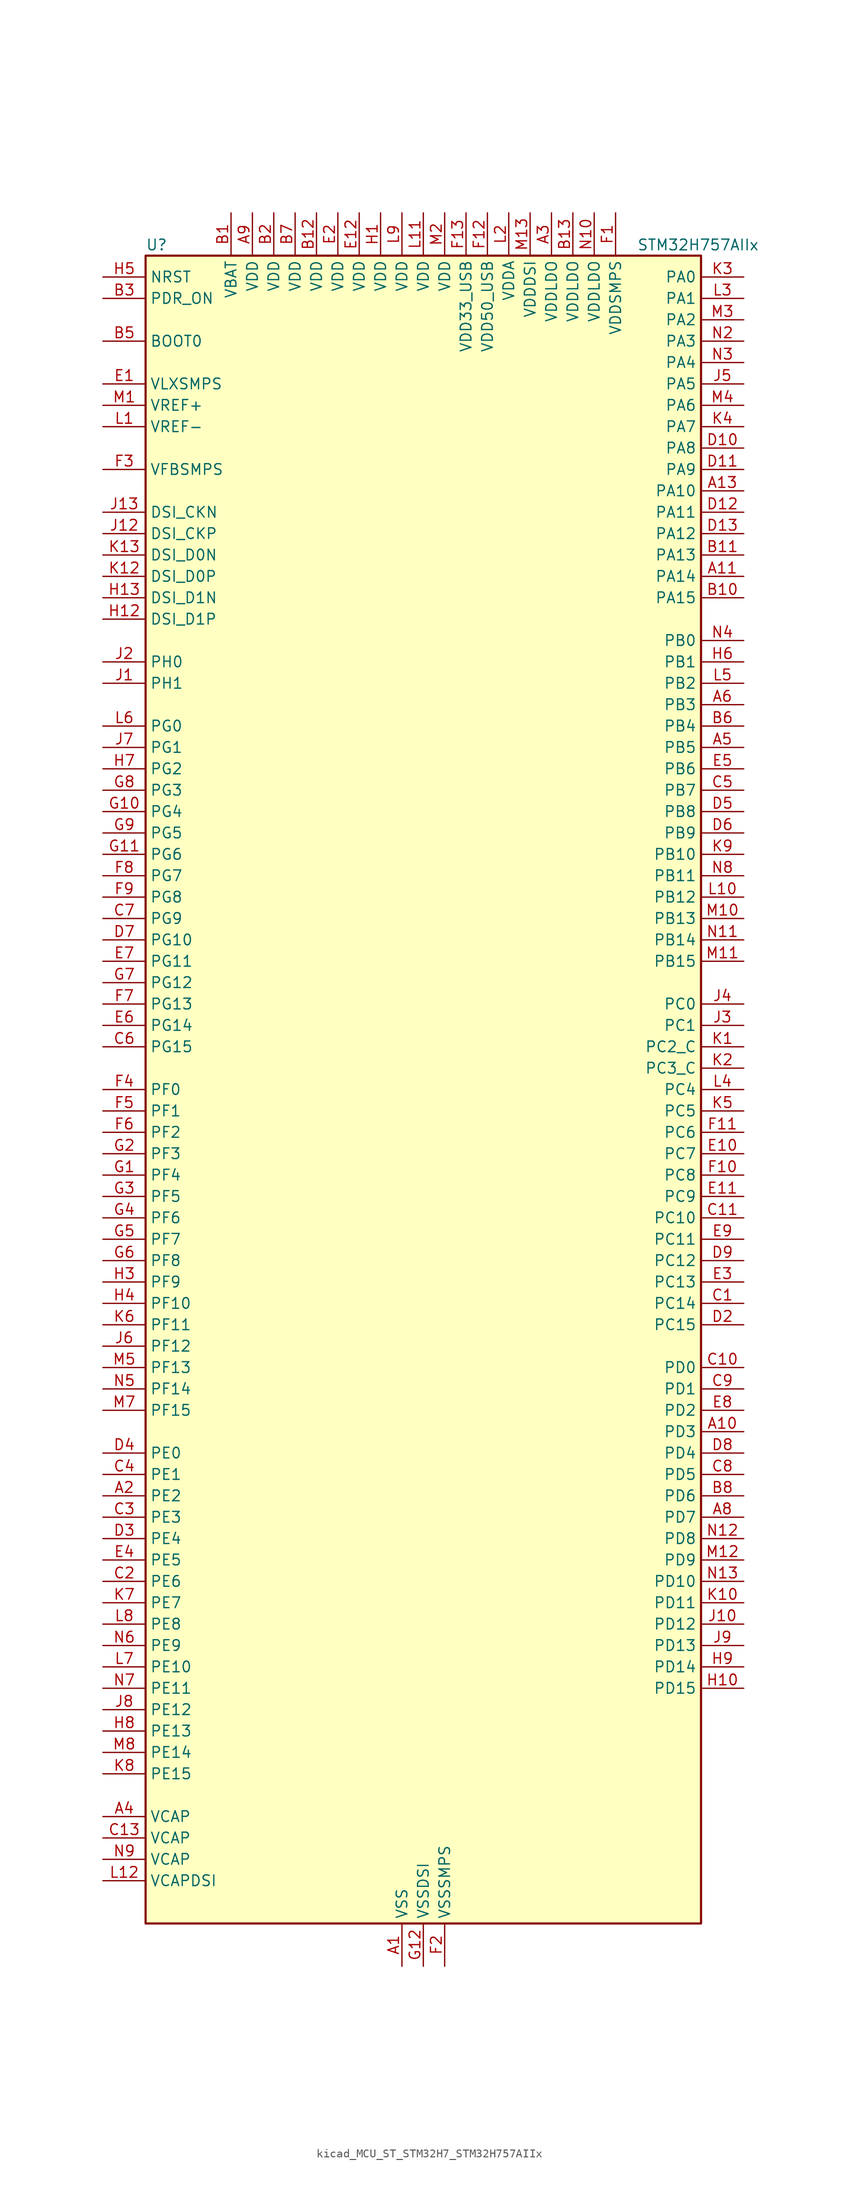
<source format=kicad_sym>
(kicad_symbol_lib
  (version 20220914)
  (generator kicad_symbol_editor)
  (symbol "kicad_MCU_ST_STM32H7_STM32H757AIIx"
    (property "Reference" "U"
      (at -33.02 100.33 0)
      (effects (font (size 1.27 1.27)) (justify left)))
    (property "Value" "STM32H757AIIx"
      (at 25.4 100.33 0)
      (effects (font (size 1.27 1.27)) (justify left)))
    (property "ki_locked" ""
      (at 0 0 0)
      (effects (font (size 1.27 1.27))))
    (symbol "kicad_MCU_ST_STM32H7_STM32H757AIIx_0_1"
      (rectangle (start -33.02 -99.06) (end 33.02 99.06) (stroke (width 0.254) (type default)) (fill (type background))))
    (symbol "kicad_MCU_ST_STM32H7_STM32H757AIIx_1_1"
      (pin power_in line (at -2.54 -104.14 90) (length 5.08) (name "VSS" (effects (font (size 1.27 1.27)))) (number "A1" (effects (font (size 1.27 1.27)))))
      (pin bidirectional line (at 38.1 -40.64 180) (length 5.08) (name "PD3" (effects (font (size 1.27 1.27)))) (number "A10" (effects (font (size 1.27 1.27)))) (alternate "DCMI_D5" bidirectional line) (alternate "DFSDM1_CKOUT" bidirectional line) (alternate "FMC_CLK" bidirectional line) (alternate "I2S2_CK" bidirectional line) (alternate "LTDC_G7" bidirectional line) (alternate "SPI2_SCK" bidirectional line) (alternate "USART2_CTS" bidirectional line) (alternate "USART2_NSS" bidirectional line))
      (pin bidirectional line (at 38.1 60.96 180) (length 5.08) (name "PA14" (effects (font (size 1.27 1.27)))) (number "A11" (effects (font (size 1.27 1.27)))) (alternate "DEBUG_JTCK-SWCLK" bidirectional line))
      (pin passive line (at -2.54 -104.14 90) (length 5.08) hide (name "VSS" (effects (font (size 1.27 1.27)))) (number "A12" (effects (font (size 1.27 1.27)))))
      (pin bidirectional line (at 38.1 71.12 180) (length 5.08) (name "PA10" (effects (font (size 1.27 1.27)))) (number "A13" (effects (font (size 1.27 1.27)))) (alternate "DCMI_D1" bidirectional line) (alternate "HRTIM_CHC2" bidirectional line) (alternate "LPUART1_RX" bidirectional line) (alternate "LTDC_B1" bidirectional line) (alternate "LTDC_B4" bidirectional line) (alternate "MDIOS_MDIO" bidirectional line) (alternate "TIM1_CH3" bidirectional line) (alternate "USART1_RX" bidirectional line) (alternate "USB_OTG_FS_ID" bidirectional line))
      (pin bidirectional line (at -38.1 -48.26 0) (length 5.08) (name "PE2" (effects (font (size 1.27 1.27)))) (number "A2" (effects (font (size 1.27 1.27)))) (alternate "DEBUG_TRACECLK" bidirectional line) (alternate "ETH_TXD3" bidirectional line) (alternate "FMC_A23" bidirectional line) (alternate "QUADSPI_BK1_IO2" bidirectional line) (alternate "SAI1_CK1" bidirectional line) (alternate "SAI1_MCLK_A" bidirectional line) (alternate "SAI4_CK1" bidirectional line) (alternate "SAI4_MCLK_A" bidirectional line) (alternate "SPI4_SCK" bidirectional line))
      (pin power_in line (at 15.24 104.14 270) (length 5.08) (name "VDDLDO" (effects (font (size 1.27 1.27)))) (number "A3" (effects (font (size 1.27 1.27)))))
      (pin power_out line (at -38.1 -86.36 0) (length 5.08) (name "VCAP" (effects (font (size 1.27 1.27)))) (number "A4" (effects (font (size 1.27 1.27)))))
      (pin bidirectional line (at 38.1 40.64 180) (length 5.08) (name "PB5" (effects (font (size 1.27 1.27)))) (number "A5" (effects (font (size 1.27 1.27)))) (alternate "DCMI_D10" bidirectional line) (alternate "ETH_PPS_OUT" bidirectional line) (alternate "FDCAN2_RX" bidirectional line) (alternate "FMC_SDCKE1" bidirectional line) (alternate "HRTIM_EEV7" bidirectional line) (alternate "I2C1_SMBA" bidirectional line) (alternate "I2C4_SMBA" bidirectional line) (alternate "I2S1_SDO" bidirectional line) (alternate "I2S3_SDO" bidirectional line) (alternate "SPI1_MOSI" bidirectional line) (alternate "SPI3_MOSI" bidirectional line) (alternate "SPI6_MOSI" bidirectional line) (alternate "TIM17_BKIN" bidirectional line) (alternate "TIM3_CH2" bidirectional line) (alternate "UART5_RX" bidirectional line) (alternate "USB_OTG_HS_ULPI_D7" bidirectional line))
      (pin bidirectional line (at 38.1 45.72 180) (length 5.08) (name "PB3" (effects (font (size 1.27 1.27)))) (number "A6" (effects (font (size 1.27 1.27)))) (alternate "CRS_SYNC" bidirectional line) (alternate "DEBUG_JTDO-SWO" bidirectional line) (alternate "HRTIM_FLT4" bidirectional line) (alternate "I2S1_CK" bidirectional line) (alternate "I2S3_CK" bidirectional line) (alternate "SDMMC2_D2" bidirectional line) (alternate "SPI1_SCK" bidirectional line) (alternate "SPI3_SCK" bidirectional line) (alternate "SPI6_SCK" bidirectional line) (alternate "TIM2_CH2" bidirectional line) (alternate "UART7_RX" bidirectional line))
      (pin passive line (at -2.54 -104.14 90) (length 5.08) hide (name "VSS" (effects (font (size 1.27 1.27)))) (number "A7" (effects (font (size 1.27 1.27)))))
      (pin bidirectional line (at 38.1 -50.8 180) (length 5.08) (name "PD7" (effects (font (size 1.27 1.27)))) (number "A8" (effects (font (size 1.27 1.27)))) (alternate "DFSDM1_CKIN1" bidirectional line) (alternate "DFSDM1_DATIN4" bidirectional line) (alternate "FMC_NE1" bidirectional line) (alternate "I2S1_SDO" bidirectional line) (alternate "SDMMC2_CMD" bidirectional line) (alternate "SPDIFRX1_IN0" bidirectional line) (alternate "SPI1_MOSI" bidirectional line) (alternate "USART2_CK" bidirectional line))
      (pin power_in line (at -20.32 104.14 270) (length 5.08) (name "VDD" (effects (font (size 1.27 1.27)))) (number "A9" (effects (font (size 1.27 1.27)))))
      (pin power_in line (at -22.86 104.14 270) (length 5.08) (name "VBAT" (effects (font (size 1.27 1.27)))) (number "B1" (effects (font (size 1.27 1.27)))))
      (pin bidirectional line (at 38.1 58.42 180) (length 5.08) (name "PA15" (effects (font (size 1.27 1.27)))) (number "B10" (effects (font (size 1.27 1.27)))) (alternate "ADC1_EXTI15" bidirectional line) (alternate "ADC2_EXTI15" bidirectional line) (alternate "ADC3_EXTI15" bidirectional line) (alternate "CEC" bidirectional line) (alternate "DEBUG_JTDI" bidirectional line) (alternate "DSIHOST_TE" bidirectional line) (alternate "HRTIM_FLT1" bidirectional line) (alternate "I2S1_WS" bidirectional line) (alternate "I2S3_WS" bidirectional line) (alternate "SPI1_NSS" bidirectional line) (alternate "SPI3_NSS" bidirectional line) (alternate "SPI6_NSS" bidirectional line) (alternate "TIM2_CH1" bidirectional line) (alternate "TIM2_ETR" bidirectional line) (alternate "UART4_DE" bidirectional line) (alternate "UART4_RTS" bidirectional line) (alternate "UART7_TX" bidirectional line))
      (pin bidirectional line (at 38.1 63.5 180) (length 5.08) (name "PA13" (effects (font (size 1.27 1.27)))) (number "B11" (effects (font (size 1.27 1.27)))) (alternate "DEBUG_JTMS-SWDIO" bidirectional line))
      (pin power_in line (at -12.7 104.14 270) (length 5.08) (name "VDD" (effects (font (size 1.27 1.27)))) (number "B12" (effects (font (size 1.27 1.27)))))
      (pin power_in line (at 17.78 104.14 270) (length 5.08) (name "VDDLDO" (effects (font (size 1.27 1.27)))) (number "B13" (effects (font (size 1.27 1.27)))))
      (pin power_in line (at -17.78 104.14 270) (length 5.08) (name "VDD" (effects (font (size 1.27 1.27)))) (number "B2" (effects (font (size 1.27 1.27)))))
      (pin input line (at -38.1 93.98 0) (length 5.08) (name "PDR_ON" (effects (font (size 1.27 1.27)))) (number "B3" (effects (font (size 1.27 1.27)))))
      (pin passive line (at -2.54 -104.14 90) (length 5.08) hide (name "VSS" (effects (font (size 1.27 1.27)))) (number "B4" (effects (font (size 1.27 1.27)))))
      (pin input line (at -38.1 88.9 0) (length 5.08) (name "BOOT0" (effects (font (size 1.27 1.27)))) (number "B5" (effects (font (size 1.27 1.27)))))
      (pin bidirectional line (at 38.1 43.18 180) (length 5.08) (name "PB4" (effects (font (size 1.27 1.27)))) (number "B6" (effects (font (size 1.27 1.27)))) (alternate "DEBUG_JTRST" bidirectional line) (alternate "HRTIM_EEV6" bidirectional line) (alternate "I2S1_SDI" bidirectional line) (alternate "I2S2_WS" bidirectional line) (alternate "I2S3_SDI" bidirectional line) (alternate "SDMMC2_D3" bidirectional line) (alternate "SPI1_MISO" bidirectional line) (alternate "SPI2_NSS" bidirectional line) (alternate "SPI3_MISO" bidirectional line) (alternate "SPI6_MISO" bidirectional line) (alternate "TIM16_BKIN" bidirectional line) (alternate "TIM3_CH1" bidirectional line) (alternate "UART7_TX" bidirectional line))
      (pin power_in line (at -15.24 104.14 270) (length 5.08) (name "VDD" (effects (font (size 1.27 1.27)))) (number "B7" (effects (font (size 1.27 1.27)))))
      (pin bidirectional line (at 38.1 -48.26 180) (length 5.08) (name "PD6" (effects (font (size 1.27 1.27)))) (number "B8" (effects (font (size 1.27 1.27)))) (alternate "DCMI_D10" bidirectional line) (alternate "DFSDM1_CKIN4" bidirectional line) (alternate "DFSDM1_DATIN1" bidirectional line) (alternate "FMC_NWAIT" bidirectional line) (alternate "I2S3_SDO" bidirectional line) (alternate "LTDC_B2" bidirectional line) (alternate "SAI1_D1" bidirectional line) (alternate "SAI1_SD_A" bidirectional line) (alternate "SAI4_D1" bidirectional line) (alternate "SAI4_SD_A" bidirectional line) (alternate "SDMMC2_CK" bidirectional line) (alternate "SPI3_MOSI" bidirectional line) (alternate "USART2_RX" bidirectional line))
      (pin passive line (at -2.54 -104.14 90) (length 5.08) hide (name "VSS" (effects (font (size 1.27 1.27)))) (number "B9" (effects (font (size 1.27 1.27)))))
      (pin bidirectional line (at 38.1 -25.4 180) (length 5.08) (name "PC14" (effects (font (size 1.27 1.27)))) (number "C1" (effects (font (size 1.27 1.27)))) (alternate "RCC_OSC32_IN" bidirectional line))
      (pin bidirectional line (at 38.1 -33.02 180) (length 5.08) (name "PD0" (effects (font (size 1.27 1.27)))) (number "C10" (effects (font (size 1.27 1.27)))) (alternate "DFSDM1_CKIN6" bidirectional line) (alternate "FDCAN1_RX" bidirectional line) (alternate "FMC_D2" bidirectional line) (alternate "FMC_DA2" bidirectional line) (alternate "SAI3_SCK_A" bidirectional line) (alternate "UART4_RX" bidirectional line))
      (pin bidirectional line (at 38.1 -15.24 180) (length 5.08) (name "PC10" (effects (font (size 1.27 1.27)))) (number "C11" (effects (font (size 1.27 1.27)))) (alternate "DCMI_D8" bidirectional line) (alternate "DFSDM1_CKIN5" bidirectional line) (alternate "HRTIM_EEV1" bidirectional line) (alternate "I2S3_CK" bidirectional line) (alternate "LTDC_R2" bidirectional line) (alternate "QUADSPI_BK1_IO1" bidirectional line) (alternate "SDMMC1_D2" bidirectional line) (alternate "SPI3_SCK" bidirectional line) (alternate "UART4_TX" bidirectional line) (alternate "USART3_TX" bidirectional line))
      (pin passive line (at -2.54 -104.14 90) (length 5.08) hide (name "VSS" (effects (font (size 1.27 1.27)))) (number "C12" (effects (font (size 1.27 1.27)))))
      (pin power_out line (at -38.1 -88.9 0) (length 5.08) (name "VCAP" (effects (font (size 1.27 1.27)))) (number "C13" (effects (font (size 1.27 1.27)))))
      (pin bidirectional line (at -38.1 -58.42 0) (length 5.08) (name "PE6" (effects (font (size 1.27 1.27)))) (number "C2" (effects (font (size 1.27 1.27)))) (alternate "DCMI_D7" bidirectional line) (alternate "DEBUG_TRACED3" bidirectional line) (alternate "FMC_A22" bidirectional line) (alternate "LTDC_G1" bidirectional line) (alternate "SAI1_D1" bidirectional line) (alternate "SAI1_SD_A" bidirectional line) (alternate "SAI2_MCLK_B" bidirectional line) (alternate "SAI4_D1" bidirectional line) (alternate "SAI4_SD_A" bidirectional line) (alternate "SPI4_MOSI" bidirectional line) (alternate "TIM15_CH2" bidirectional line) (alternate "TIM1_BKIN2" bidirectional line) (alternate "TIM1_BKIN2_COMP1" bidirectional line) (alternate "TIM1_BKIN2_COMP2" bidirectional line))
      (pin bidirectional line (at -38.1 -50.8 0) (length 5.08) (name "PE3" (effects (font (size 1.27 1.27)))) (number "C3" (effects (font (size 1.27 1.27)))) (alternate "DEBUG_TRACED0" bidirectional line) (alternate "FMC_A19" bidirectional line) (alternate "SAI1_SD_B" bidirectional line) (alternate "SAI4_SD_B" bidirectional line) (alternate "TIM15_BKIN" bidirectional line))
      (pin bidirectional line (at -38.1 -45.72 0) (length 5.08) (name "PE1" (effects (font (size 1.27 1.27)))) (number "C4" (effects (font (size 1.27 1.27)))) (alternate "DCMI_D3" bidirectional line) (alternate "FMC_NBL1" bidirectional line) (alternate "HRTIM_SCOUT" bidirectional line) (alternate "LPTIM1_IN2" bidirectional line) (alternate "UART8_TX" bidirectional line))
      (pin bidirectional line (at 38.1 35.56 180) (length 5.08) (name "PB7" (effects (font (size 1.27 1.27)))) (number "C5" (effects (font (size 1.27 1.27)))) (alternate "DCMI_VSYNC" bidirectional line) (alternate "DFSDM1_CKIN5" bidirectional line) (alternate "FMC_NL" bidirectional line) (alternate "HRTIM_EEV9" bidirectional line) (alternate "I2C1_SDA" bidirectional line) (alternate "I2C4_SDA" bidirectional line) (alternate "LPUART1_RX" bidirectional line) (alternate "PWR_PVD_IN" bidirectional line) (alternate "TIM17_CH1N" bidirectional line) (alternate "TIM4_CH2" bidirectional line) (alternate "USART1_RX" bidirectional line))
      (pin bidirectional line (at -38.1 5.08 0) (length 5.08) (name "PG15" (effects (font (size 1.27 1.27)))) (number "C6" (effects (font (size 1.27 1.27)))) (alternate "ADC1_EXTI15" bidirectional line) (alternate "ADC2_EXTI15" bidirectional line) (alternate "ADC3_EXTI15" bidirectional line) (alternate "DCMI_D13" bidirectional line) (alternate "FMC_SDNCAS" bidirectional line) (alternate "USART6_CTS" bidirectional line) (alternate "USART6_NSS" bidirectional line))
      (pin bidirectional line (at -38.1 20.32 0) (length 5.08) (name "PG9" (effects (font (size 1.27 1.27)))) (number "C7" (effects (font (size 1.27 1.27)))) (alternate "DAC1_EXTI9" bidirectional line) (alternate "DCMI_VSYNC" bidirectional line) (alternate "FMC_NCE" bidirectional line) (alternate "FMC_NE2" bidirectional line) (alternate "I2S1_SDI" bidirectional line) (alternate "QUADSPI_BK2_IO2" bidirectional line) (alternate "SAI2_FS_B" bidirectional line) (alternate "SPDIFRX1_IN3" bidirectional line) (alternate "SPI1_MISO" bidirectional line) (alternate "USART6_RX" bidirectional line))
      (pin bidirectional line (at 38.1 -45.72 180) (length 5.08) (name "PD5" (effects (font (size 1.27 1.27)))) (number "C8" (effects (font (size 1.27 1.27)))) (alternate "FMC_NWE" bidirectional line) (alternate "HRTIM_EEV3" bidirectional line) (alternate "USART2_TX" bidirectional line))
      (pin bidirectional line (at 38.1 -35.56 180) (length 5.08) (name "PD1" (effects (font (size 1.27 1.27)))) (number "C9" (effects (font (size 1.27 1.27)))) (alternate "DFSDM1_DATIN6" bidirectional line) (alternate "FDCAN1_TX" bidirectional line) (alternate "FMC_D3" bidirectional line) (alternate "FMC_DA3" bidirectional line) (alternate "SAI3_SD_A" bidirectional line) (alternate "UART4_TX" bidirectional line))
      (pin passive line (at -2.54 -104.14 90) (length 5.08) hide (name "VSS" (effects (font (size 1.27 1.27)))) (number "D1" (effects (font (size 1.27 1.27)))))
      (pin bidirectional line (at 38.1 76.2 180) (length 5.08) (name "PA8" (effects (font (size 1.27 1.27)))) (number "D10" (effects (font (size 1.27 1.27)))) (alternate "HRTIM_CHB2" bidirectional line) (alternate "I2C3_SCL" bidirectional line) (alternate "LTDC_B3" bidirectional line) (alternate "LTDC_R6" bidirectional line) (alternate "RCC_MCO_1" bidirectional line) (alternate "TIM1_CH1" bidirectional line) (alternate "TIM8_BKIN2" bidirectional line) (alternate "TIM8_BKIN2_COMP1" bidirectional line) (alternate "TIM8_BKIN2_COMP2" bidirectional line) (alternate "UART7_RX" bidirectional line) (alternate "USART1_CK" bidirectional line) (alternate "USB_OTG_FS_SOF" bidirectional line))
      (pin bidirectional line (at 38.1 73.66 180) (length 5.08) (name "PA9" (effects (font (size 1.27 1.27)))) (number "D11" (effects (font (size 1.27 1.27)))) (alternate "DAC1_EXTI9" bidirectional line) (alternate "DCMI_D0" bidirectional line) (alternate "HRTIM_CHC1" bidirectional line) (alternate "I2C3_SMBA" bidirectional line) (alternate "I2S2_CK" bidirectional line) (alternate "LPUART1_TX" bidirectional line) (alternate "LTDC_R5" bidirectional line) (alternate "SPI2_SCK" bidirectional line) (alternate "TIM1_CH2" bidirectional line) (alternate "USART1_TX" bidirectional line) (alternate "USB_OTG_FS_VBUS" bidirectional line))
      (pin bidirectional line (at 38.1 68.58 180) (length 5.08) (name "PA11" (effects (font (size 1.27 1.27)))) (number "D12" (effects (font (size 1.27 1.27)))) (alternate "ADC1_EXTI11" bidirectional line) (alternate "ADC2_EXTI11" bidirectional line) (alternate "ADC3_EXTI11" bidirectional line) (alternate "FDCAN1_RX" bidirectional line) (alternate "HRTIM_CHD1" bidirectional line) (alternate "I2S2_WS" bidirectional line) (alternate "LPUART1_CTS" bidirectional line) (alternate "LTDC_R4" bidirectional line) (alternate "SPI2_NSS" bidirectional line) (alternate "TIM1_CH4" bidirectional line) (alternate "UART4_RX" bidirectional line) (alternate "USART1_CTS" bidirectional line) (alternate "USART1_NSS" bidirectional line) (alternate "USB_OTG_FS_DM" bidirectional line))
      (pin bidirectional line (at 38.1 66.04 180) (length 5.08) (name "PA12" (effects (font (size 1.27 1.27)))) (number "D13" (effects (font (size 1.27 1.27)))) (alternate "FDCAN1_TX" bidirectional line) (alternate "HRTIM_CHD2" bidirectional line) (alternate "I2S2_CK" bidirectional line) (alternate "LPUART1_DE" bidirectional line) (alternate "LPUART1_RTS" bidirectional line) (alternate "LTDC_R5" bidirectional line) (alternate "SAI2_FS_B" bidirectional line) (alternate "SPI2_SCK" bidirectional line) (alternate "TIM1_ETR" bidirectional line) (alternate "UART4_TX" bidirectional line) (alternate "USART1_DE" bidirectional line) (alternate "USART1_RTS" bidirectional line) (alternate "USB_OTG_FS_DP" bidirectional line))
      (pin bidirectional line (at 38.1 -27.94 180) (length 5.08) (name "PC15" (effects (font (size 1.27 1.27)))) (number "D2" (effects (font (size 1.27 1.27)))) (alternate "ADC1_EXTI15" bidirectional line) (alternate "ADC2_EXTI15" bidirectional line) (alternate "ADC3_EXTI15" bidirectional line) (alternate "RCC_OSC32_OUT" bidirectional line))
      (pin bidirectional line (at -38.1 -53.34 0) (length 5.08) (name "PE4" (effects (font (size 1.27 1.27)))) (number "D3" (effects (font (size 1.27 1.27)))) (alternate "DCMI_D4" bidirectional line) (alternate "DEBUG_TRACED1" bidirectional line) (alternate "DFSDM1_DATIN3" bidirectional line) (alternate "FMC_A20" bidirectional line) (alternate "LTDC_B0" bidirectional line) (alternate "SAI1_D2" bidirectional line) (alternate "SAI1_FS_A" bidirectional line) (alternate "SAI4_D2" bidirectional line) (alternate "SAI4_FS_A" bidirectional line) (alternate "SPI4_NSS" bidirectional line) (alternate "TIM15_CH1N" bidirectional line))
      (pin bidirectional line (at -38.1 -43.18 0) (length 5.08) (name "PE0" (effects (font (size 1.27 1.27)))) (number "D4" (effects (font (size 1.27 1.27)))) (alternate "DCMI_D2" bidirectional line) (alternate "FMC_NBL0" bidirectional line) (alternate "HRTIM_SCIN" bidirectional line) (alternate "LPTIM1_ETR" bidirectional line) (alternate "LPTIM2_ETR" bidirectional line) (alternate "SAI2_MCLK_A" bidirectional line) (alternate "TIM4_ETR" bidirectional line) (alternate "UART8_RX" bidirectional line))
      (pin bidirectional line (at 38.1 33.02 180) (length 5.08) (name "PB8" (effects (font (size 1.27 1.27)))) (number "D5" (effects (font (size 1.27 1.27)))) (alternate "DCMI_D6" bidirectional line) (alternate "DFSDM1_CKIN7" bidirectional line) (alternate "ETH_TXD3" bidirectional line) (alternate "FDCAN1_RX" bidirectional line) (alternate "I2C1_SCL" bidirectional line) (alternate "I2C4_SCL" bidirectional line) (alternate "LTDC_B6" bidirectional line) (alternate "SDMMC1_CKIN" bidirectional line) (alternate "SDMMC1_D4" bidirectional line) (alternate "SDMMC2_D4" bidirectional line) (alternate "TIM16_CH1" bidirectional line) (alternate "TIM4_CH3" bidirectional line) (alternate "UART4_RX" bidirectional line))
      (pin bidirectional line (at 38.1 30.48 180) (length 5.08) (name "PB9" (effects (font (size 1.27 1.27)))) (number "D6" (effects (font (size 1.27 1.27)))) (alternate "DAC1_EXTI9" bidirectional line) (alternate "DCMI_D7" bidirectional line) (alternate "DFSDM1_DATIN7" bidirectional line) (alternate "FDCAN1_TX" bidirectional line) (alternate "I2C1_SDA" bidirectional line) (alternate "I2C4_SDA" bidirectional line) (alternate "I2C4_SMBA" bidirectional line) (alternate "I2S2_WS" bidirectional line) (alternate "LTDC_B7" bidirectional line) (alternate "SDMMC1_CDIR" bidirectional line) (alternate "SDMMC1_D5" bidirectional line) (alternate "SDMMC2_D5" bidirectional line) (alternate "SPI2_NSS" bidirectional line) (alternate "TIM17_CH1" bidirectional line) (alternate "TIM4_CH4" bidirectional line) (alternate "UART4_TX" bidirectional line))
      (pin bidirectional line (at -38.1 17.78 0) (length 5.08) (name "PG10" (effects (font (size 1.27 1.27)))) (number "D7" (effects (font (size 1.27 1.27)))) (alternate "DCMI_D2" bidirectional line) (alternate "FMC_NE3" bidirectional line) (alternate "HRTIM_FLT5" bidirectional line) (alternate "I2S1_WS" bidirectional line) (alternate "LTDC_B2" bidirectional line) (alternate "LTDC_G3" bidirectional line) (alternate "SAI2_SD_B" bidirectional line) (alternate "SPI1_NSS" bidirectional line))
      (pin bidirectional line (at 38.1 -43.18 180) (length 5.08) (name "PD4" (effects (font (size 1.27 1.27)))) (number "D8" (effects (font (size 1.27 1.27)))) (alternate "FMC_NOE" bidirectional line) (alternate "HRTIM_FLT3" bidirectional line) (alternate "SAI3_FS_A" bidirectional line) (alternate "USART2_DE" bidirectional line) (alternate "USART2_RTS" bidirectional line))
      (pin bidirectional line (at 38.1 -20.32 180) (length 5.08) (name "PC12" (effects (font (size 1.27 1.27)))) (number "D9" (effects (font (size 1.27 1.27)))) (alternate "DCMI_D9" bidirectional line) (alternate "DEBUG_TRACED3" bidirectional line) (alternate "HRTIM_EEV2" bidirectional line) (alternate "I2S3_SDO" bidirectional line) (alternate "SDMMC1_CK" bidirectional line) (alternate "SPI3_MOSI" bidirectional line) (alternate "UART5_TX" bidirectional line) (alternate "USART3_CK" bidirectional line))
      (pin power_in line (at -38.1 83.82 0) (length 5.08) (name "VLXSMPS" (effects (font (size 1.27 1.27)))) (number "E1" (effects (font (size 1.27 1.27)))))
      (pin bidirectional line (at 38.1 -7.62 180) (length 5.08) (name "PC7" (effects (font (size 1.27 1.27)))) (number "E10" (effects (font (size 1.27 1.27)))) (alternate "DCMI_D1" bidirectional line) (alternate "DEBUG_TRGIO" bidirectional line) (alternate "DFSDM1_DATIN3" bidirectional line) (alternate "FMC_NE1" bidirectional line) (alternate "HRTIM_CHA2" bidirectional line) (alternate "I2S3_MCK" bidirectional line) (alternate "LTDC_G6" bidirectional line) (alternate "SDMMC1_D123DIR" bidirectional line) (alternate "SDMMC1_D7" bidirectional line) (alternate "SDMMC2_D7" bidirectional line) (alternate "SWPMI1_TX" bidirectional line) (alternate "TIM3_CH2" bidirectional line) (alternate "TIM8_CH2" bidirectional line) (alternate "USART6_RX" bidirectional line))
      (pin bidirectional line (at 38.1 -12.7 180) (length 5.08) (name "PC9" (effects (font (size 1.27 1.27)))) (number "E11" (effects (font (size 1.27 1.27)))) (alternate "DAC1_EXTI9" bidirectional line) (alternate "DCMI_D3" bidirectional line) (alternate "I2C3_SDA" bidirectional line) (alternate "I2S_CKIN" bidirectional line) (alternate "LTDC_B2" bidirectional line) (alternate "LTDC_G3" bidirectional line) (alternate "QUADSPI_BK1_IO0" bidirectional line) (alternate "RCC_MCO_2" bidirectional line) (alternate "SDMMC1_D1" bidirectional line) (alternate "SWPMI1_SUSPEND" bidirectional line) (alternate "TIM3_CH4" bidirectional line) (alternate "TIM8_CH4" bidirectional line) (alternate "UART5_CTS" bidirectional line))
      (pin power_in line (at -7.62 104.14 270) (length 5.08) (name "VDD" (effects (font (size 1.27 1.27)))) (number "E12" (effects (font (size 1.27 1.27)))))
      (pin passive line (at -2.54 -104.14 90) (length 5.08) hide (name "VSS" (effects (font (size 1.27 1.27)))) (number "E13" (effects (font (size 1.27 1.27)))))
      (pin power_in line (at -10.16 104.14 270) (length 5.08) (name "VDD" (effects (font (size 1.27 1.27)))) (number "E2" (effects (font (size 1.27 1.27)))))
      (pin bidirectional line (at 38.1 -22.86 180) (length 5.08) (name "PC13" (effects (font (size 1.27 1.27)))) (number "E3" (effects (font (size 1.27 1.27)))) (alternate "PWR_WKUP2" bidirectional line) (alternate "RTC_OUT_ALARM" bidirectional line) (alternate "RTC_OUT_CALIB" bidirectional line) (alternate "RTC_TAMP1" bidirectional line) (alternate "RTC_TS" bidirectional line))
      (pin bidirectional line (at -38.1 -55.88 0) (length 5.08) (name "PE5" (effects (font (size 1.27 1.27)))) (number "E4" (effects (font (size 1.27 1.27)))) (alternate "DCMI_D6" bidirectional line) (alternate "DEBUG_TRACED2" bidirectional line) (alternate "DFSDM1_CKIN3" bidirectional line) (alternate "FMC_A21" bidirectional line) (alternate "LTDC_G0" bidirectional line) (alternate "SAI1_CK2" bidirectional line) (alternate "SAI1_SCK_A" bidirectional line) (alternate "SAI4_CK2" bidirectional line) (alternate "SAI4_SCK_A" bidirectional line) (alternate "SPI4_MISO" bidirectional line) (alternate "TIM15_CH1" bidirectional line))
      (pin bidirectional line (at 38.1 38.1 180) (length 5.08) (name "PB6" (effects (font (size 1.27 1.27)))) (number "E5" (effects (font (size 1.27 1.27)))) (alternate "CEC" bidirectional line) (alternate "DCMI_D5" bidirectional line) (alternate "DFSDM1_DATIN5" bidirectional line) (alternate "FDCAN2_TX" bidirectional line) (alternate "FMC_SDNE1" bidirectional line) (alternate "HRTIM_EEV8" bidirectional line) (alternate "I2C1_SCL" bidirectional line) (alternate "I2C4_SCL" bidirectional line) (alternate "LPUART1_TX" bidirectional line) (alternate "QUADSPI_BK1_NCS" bidirectional line) (alternate "TIM16_CH1N" bidirectional line) (alternate "TIM4_CH1" bidirectional line) (alternate "UART5_TX" bidirectional line) (alternate "USART1_TX" bidirectional line))
      (pin bidirectional line (at -38.1 7.62 0) (length 5.08) (name "PG14" (effects (font (size 1.27 1.27)))) (number "E6" (effects (font (size 1.27 1.27)))) (alternate "DEBUG_TRACED1" bidirectional line) (alternate "ETH_TXD1" bidirectional line) (alternate "FMC_A25" bidirectional line) (alternate "LPTIM1_ETR" bidirectional line) (alternate "LTDC_B0" bidirectional line) (alternate "QUADSPI_BK2_IO3" bidirectional line) (alternate "SPI6_MOSI" bidirectional line) (alternate "USART6_TX" bidirectional line))
      (pin bidirectional line (at -38.1 15.24 0) (length 5.08) (name "PG11" (effects (font (size 1.27 1.27)))) (number "E7" (effects (font (size 1.27 1.27)))) (alternate "ADC1_EXTI11" bidirectional line) (alternate "ADC2_EXTI11" bidirectional line) (alternate "ADC3_EXTI11" bidirectional line) (alternate "DCMI_D3" bidirectional line) (alternate "ETH_TX_EN" bidirectional line) (alternate "HRTIM_EEV4" bidirectional line) (alternate "I2S1_CK" bidirectional line) (alternate "LPTIM1_IN2" bidirectional line) (alternate "LTDC_B3" bidirectional line) (alternate "SDMMC2_D2" bidirectional line) (alternate "SPDIFRX1_IN0" bidirectional line) (alternate "SPI1_SCK" bidirectional line))
      (pin bidirectional line (at 38.1 -38.1 180) (length 5.08) (name "PD2" (effects (font (size 1.27 1.27)))) (number "E8" (effects (font (size 1.27 1.27)))) (alternate "DCMI_D11" bidirectional line) (alternate "DEBUG_TRACED2" bidirectional line) (alternate "SDMMC1_CMD" bidirectional line) (alternate "TIM3_ETR" bidirectional line) (alternate "UART5_RX" bidirectional line))
      (pin bidirectional line (at 38.1 -17.78 180) (length 5.08) (name "PC11" (effects (font (size 1.27 1.27)))) (number "E9" (effects (font (size 1.27 1.27)))) (alternate "ADC1_EXTI11" bidirectional line) (alternate "ADC2_EXTI11" bidirectional line) (alternate "ADC3_EXTI11" bidirectional line) (alternate "DCMI_D4" bidirectional line) (alternate "DFSDM1_DATIN5" bidirectional line) (alternate "HRTIM_FLT2" bidirectional line) (alternate "I2S3_SDI" bidirectional line) (alternate "QUADSPI_BK2_NCS" bidirectional line) (alternate "SDMMC1_D3" bidirectional line) (alternate "SPI3_MISO" bidirectional line) (alternate "UART4_RX" bidirectional line) (alternate "USART3_RX" bidirectional line))
      (pin power_in line (at 22.86 104.14 270) (length 5.08) (name "VDDSMPS" (effects (font (size 1.27 1.27)))) (number "F1" (effects (font (size 1.27 1.27)))))
      (pin bidirectional line (at 38.1 -10.16 180) (length 5.08) (name "PC8" (effects (font (size 1.27 1.27)))) (number "F10" (effects (font (size 1.27 1.27)))) (alternate "DCMI_D2" bidirectional line) (alternate "DEBUG_TRACED1" bidirectional line) (alternate "FMC_NCE" bidirectional line) (alternate "FMC_NE2" bidirectional line) (alternate "HRTIM_CHB1" bidirectional line) (alternate "SDMMC1_D0" bidirectional line) (alternate "SWPMI1_RX" bidirectional line) (alternate "TIM3_CH3" bidirectional line) (alternate "TIM8_CH3" bidirectional line) (alternate "UART5_DE" bidirectional line) (alternate "UART5_RTS" bidirectional line) (alternate "USART6_CK" bidirectional line))
      (pin bidirectional line (at 38.1 -5.08 180) (length 5.08) (name "PC6" (effects (font (size 1.27 1.27)))) (number "F11" (effects (font (size 1.27 1.27)))) (alternate "DCMI_D0" bidirectional line) (alternate "DFSDM1_CKIN3" bidirectional line) (alternate "FMC_NWAIT" bidirectional line) (alternate "HRTIM_CHA1" bidirectional line) (alternate "I2S2_MCK" bidirectional line) (alternate "LTDC_HSYNC" bidirectional line) (alternate "SDMMC1_D0DIR" bidirectional line) (alternate "SDMMC1_D6" bidirectional line) (alternate "SDMMC2_D6" bidirectional line) (alternate "SWPMI1_IO" bidirectional line) (alternate "TIM3_CH1" bidirectional line) (alternate "TIM8_CH1" bidirectional line) (alternate "USART6_TX" bidirectional line))
      (pin power_in line (at 7.62 104.14 270) (length 5.08) (name "VDD50_USB" (effects (font (size 1.27 1.27)))) (number "F12" (effects (font (size 1.27 1.27)))))
      (pin power_in line (at 5.08 104.14 270) (length 5.08) (name "VDD33_USB" (effects (font (size 1.27 1.27)))) (number "F13" (effects (font (size 1.27 1.27)))))
      (pin power_in line (at 2.54 -104.14 90) (length 5.08) (name "VSSSMPS" (effects (font (size 1.27 1.27)))) (number "F2" (effects (font (size 1.27 1.27)))))
      (pin input line (at -38.1 73.66 0) (length 5.08) (name "VFBSMPS" (effects (font (size 1.27 1.27)))) (number "F3" (effects (font (size 1.27 1.27)))))
      (pin bidirectional line (at -38.1 0 0) (length 5.08) (name "PF0" (effects (font (size 1.27 1.27)))) (number "F4" (effects (font (size 1.27 1.27)))) (alternate "FMC_A0" bidirectional line) (alternate "I2C2_SDA" bidirectional line))
      (pin bidirectional line (at -38.1 -2.54 0) (length 5.08) (name "PF1" (effects (font (size 1.27 1.27)))) (number "F5" (effects (font (size 1.27 1.27)))) (alternate "FMC_A1" bidirectional line) (alternate "I2C2_SCL" bidirectional line))
      (pin bidirectional line (at -38.1 -5.08 0) (length 5.08) (name "PF2" (effects (font (size 1.27 1.27)))) (number "F6" (effects (font (size 1.27 1.27)))) (alternate "FMC_A2" bidirectional line) (alternate "I2C2_SMBA" bidirectional line))
      (pin bidirectional line (at -38.1 10.16 0) (length 5.08) (name "PG13" (effects (font (size 1.27 1.27)))) (number "F7" (effects (font (size 1.27 1.27)))) (alternate "DEBUG_TRACED0" bidirectional line) (alternate "ETH_TXD0" bidirectional line) (alternate "FMC_A24" bidirectional line) (alternate "HRTIM_EEV10" bidirectional line) (alternate "LPTIM1_OUT" bidirectional line) (alternate "LTDC_R0" bidirectional line) (alternate "SPI6_SCK" bidirectional line) (alternate "USART6_CTS" bidirectional line) (alternate "USART6_NSS" bidirectional line))
      (pin bidirectional line (at -38.1 25.4 0) (length 5.08) (name "PG7" (effects (font (size 1.27 1.27)))) (number "F8" (effects (font (size 1.27 1.27)))) (alternate "DCMI_D13" bidirectional line) (alternate "FMC_INT" bidirectional line) (alternate "HRTIM_CHE2" bidirectional line) (alternate "LTDC_CLK" bidirectional line) (alternate "SAI1_MCLK_A" bidirectional line) (alternate "USART6_CK" bidirectional line))
      (pin bidirectional line (at -38.1 22.86 0) (length 5.08) (name "PG8" (effects (font (size 1.27 1.27)))) (number "F9" (effects (font (size 1.27 1.27)))) (alternate "ETH_PPS_OUT" bidirectional line) (alternate "FMC_SDCLK" bidirectional line) (alternate "LTDC_G7" bidirectional line) (alternate "SPDIFRX1_IN2" bidirectional line) (alternate "SPI6_NSS" bidirectional line) (alternate "TIM8_ETR" bidirectional line) (alternate "USART6_DE" bidirectional line) (alternate "USART6_RTS" bidirectional line))
      (pin bidirectional line (at -38.1 -10.16 0) (length 5.08) (name "PF4" (effects (font (size 1.27 1.27)))) (number "G1" (effects (font (size 1.27 1.27)))) (alternate "ADC3_INN5" bidirectional line) (alternate "ADC3_INP9" bidirectional line) (alternate "FMC_A4" bidirectional line))
      (pin bidirectional line (at -38.1 33.02 0) (length 5.08) (name "PG4" (effects (font (size 1.27 1.27)))) (number "G10" (effects (font (size 1.27 1.27)))) (alternate "FMC_A14" bidirectional line) (alternate "FMC_BA0" bidirectional line) (alternate "TIM1_BKIN2" bidirectional line) (alternate "TIM1_BKIN2_COMP1" bidirectional line) (alternate "TIM1_BKIN2_COMP2" bidirectional line))
      (pin bidirectional line (at -38.1 27.94 0) (length 5.08) (name "PG6" (effects (font (size 1.27 1.27)))) (number "G11" (effects (font (size 1.27 1.27)))) (alternate "DCMI_D12" bidirectional line) (alternate "FMC_NE3" bidirectional line) (alternate "HRTIM_CHE1" bidirectional line) (alternate "LTDC_R7" bidirectional line) (alternate "QUADSPI_BK1_NCS" bidirectional line) (alternate "TIM17_BKIN" bidirectional line))
      (pin power_in line (at 0 -104.14 90) (length 5.08) (name "VSSDSI" (effects (font (size 1.27 1.27)))) (number "G12" (effects (font (size 1.27 1.27)))))
      (pin passive line (at 0 -104.14 90) (length 5.08) hide (name "VSSDSI" (effects (font (size 1.27 1.27)))) (number "G13" (effects (font (size 1.27 1.27)))))
      (pin bidirectional line (at -38.1 -7.62 0) (length 5.08) (name "PF3" (effects (font (size 1.27 1.27)))) (number "G2" (effects (font (size 1.27 1.27)))) (alternate "ADC3_INP5" bidirectional line) (alternate "FMC_A3" bidirectional line))
      (pin bidirectional line (at -38.1 -12.7 0) (length 5.08) (name "PF5" (effects (font (size 1.27 1.27)))) (number "G3" (effects (font (size 1.27 1.27)))) (alternate "ADC3_INP4" bidirectional line) (alternate "FMC_A5" bidirectional line))
      (pin bidirectional line (at -38.1 -15.24 0) (length 5.08) (name "PF6" (effects (font (size 1.27 1.27)))) (number "G4" (effects (font (size 1.27 1.27)))) (alternate "ADC3_INN4" bidirectional line) (alternate "ADC3_INP8" bidirectional line) (alternate "QUADSPI_BK1_IO3" bidirectional line) (alternate "SAI1_SD_B" bidirectional line) (alternate "SAI4_SD_B" bidirectional line) (alternate "SPI5_NSS" bidirectional line) (alternate "TIM16_CH1" bidirectional line) (alternate "UART7_RX" bidirectional line))
      (pin bidirectional line (at -38.1 -17.78 0) (length 5.08) (name "PF7" (effects (font (size 1.27 1.27)))) (number "G5" (effects (font (size 1.27 1.27)))) (alternate "ADC3_INP3" bidirectional line) (alternate "QUADSPI_BK1_IO2" bidirectional line) (alternate "SAI1_MCLK_B" bidirectional line) (alternate "SAI4_MCLK_B" bidirectional line) (alternate "SPI5_SCK" bidirectional line) (alternate "TIM17_CH1" bidirectional line) (alternate "UART7_TX" bidirectional line))
      (pin bidirectional line (at -38.1 -20.32 0) (length 5.08) (name "PF8" (effects (font (size 1.27 1.27)))) (number "G6" (effects (font (size 1.27 1.27)))) (alternate "ADC3_INN3" bidirectional line) (alternate "ADC3_INP7" bidirectional line) (alternate "QUADSPI_BK1_IO0" bidirectional line) (alternate "SAI1_SCK_B" bidirectional line) (alternate "SAI4_SCK_B" bidirectional line) (alternate "SPI5_MISO" bidirectional line) (alternate "TIM13_CH1" bidirectional line) (alternate "TIM16_CH1N" bidirectional line) (alternate "UART7_DE" bidirectional line) (alternate "UART7_RTS" bidirectional line))
      (pin bidirectional line (at -38.1 12.7 0) (length 5.08) (name "PG12" (effects (font (size 1.27 1.27)))) (number "G7" (effects (font (size 1.27 1.27)))) (alternate "ETH_TXD1" bidirectional line) (alternate "FMC_NE4" bidirectional line) (alternate "HRTIM_EEV5" bidirectional line) (alternate "LPTIM1_IN1" bidirectional line) (alternate "LTDC_B1" bidirectional line) (alternate "LTDC_B4" bidirectional line) (alternate "SPDIFRX1_IN1" bidirectional line) (alternate "SPI6_MISO" bidirectional line) (alternate "USART6_DE" bidirectional line) (alternate "USART6_RTS" bidirectional line))
      (pin bidirectional line (at -38.1 35.56 0) (length 5.08) (name "PG3" (effects (font (size 1.27 1.27)))) (number "G8" (effects (font (size 1.27 1.27)))) (alternate "FMC_A13" bidirectional line) (alternate "TIM8_BKIN2" bidirectional line) (alternate "TIM8_BKIN2_COMP1" bidirectional line) (alternate "TIM8_BKIN2_COMP2" bidirectional line))
      (pin bidirectional line (at -38.1 30.48 0) (length 5.08) (name "PG5" (effects (font (size 1.27 1.27)))) (number "G9" (effects (font (size 1.27 1.27)))) (alternate "FMC_A15" bidirectional line) (alternate "FMC_BA1" bidirectional line) (alternate "TIM1_ETR" bidirectional line))
      (pin power_in line (at -5.08 104.14 270) (length 5.08) (name "VDD" (effects (font (size 1.27 1.27)))) (number "H1" (effects (font (size 1.27 1.27)))))
      (pin bidirectional line (at 38.1 -71.12 180) (length 5.08) (name "PD15" (effects (font (size 1.27 1.27)))) (number "H10" (effects (font (size 1.27 1.27)))) (alternate "ADC1_EXTI15" bidirectional line) (alternate "ADC2_EXTI15" bidirectional line) (alternate "ADC3_EXTI15" bidirectional line) (alternate "FMC_D1" bidirectional line) (alternate "FMC_DA1" bidirectional line) (alternate "SAI3_MCLK_A" bidirectional line) (alternate "TIM4_CH4" bidirectional line) (alternate "UART8_DE" bidirectional line) (alternate "UART8_RTS" bidirectional line))
      (pin passive line (at -2.54 -104.14 90) (length 5.08) hide (name "VSS" (effects (font (size 1.27 1.27)))) (number "H11" (effects (font (size 1.27 1.27)))))
      (pin bidirectional line (at -38.1 55.88 0) (length 5.08) (name "DSI_D1P" (effects (font (size 1.27 1.27)))) (number "H12" (effects (font (size 1.27 1.27)))) (alternate "DSIHOST_D1P" bidirectional line))
      (pin bidirectional line (at -38.1 58.42 0) (length 5.08) (name "DSI_D1N" (effects (font (size 1.27 1.27)))) (number "H13" (effects (font (size 1.27 1.27)))) (alternate "DSIHOST_D1N" bidirectional line))
      (pin passive line (at -2.54 -104.14 90) (length 5.08) hide (name "VSS" (effects (font (size 1.27 1.27)))) (number "H2" (effects (font (size 1.27 1.27)))))
      (pin bidirectional line (at -38.1 -22.86 0) (length 5.08) (name "PF9" (effects (font (size 1.27 1.27)))) (number "H3" (effects (font (size 1.27 1.27)))) (alternate "ADC3_INP2" bidirectional line) (alternate "DAC1_EXTI9" bidirectional line) (alternate "QUADSPI_BK1_IO1" bidirectional line) (alternate "SAI1_FS_B" bidirectional line) (alternate "SAI4_FS_B" bidirectional line) (alternate "SPI5_MOSI" bidirectional line) (alternate "TIM14_CH1" bidirectional line) (alternate "TIM17_CH1N" bidirectional line) (alternate "UART7_CTS" bidirectional line))
      (pin bidirectional line (at -38.1 -25.4 0) (length 5.08) (name "PF10" (effects (font (size 1.27 1.27)))) (number "H4" (effects (font (size 1.27 1.27)))) (alternate "ADC3_INN2" bidirectional line) (alternate "ADC3_INP6" bidirectional line) (alternate "DCMI_D11" bidirectional line) (alternate "LTDC_DE" bidirectional line) (alternate "QUADSPI_CLK" bidirectional line) (alternate "SAI1_D3" bidirectional line) (alternate "SAI4_D3" bidirectional line) (alternate "TIM16_BKIN" bidirectional line))
      (pin input line (at -38.1 96.52 0) (length 5.08) (name "NRST" (effects (font (size 1.27 1.27)))) (number "H5" (effects (font (size 1.27 1.27)))))
      (pin bidirectional line (at 38.1 50.8 180) (length 5.08) (name "PB1" (effects (font (size 1.27 1.27)))) (number "H6" (effects (font (size 1.27 1.27)))) (alternate "ADC1_INP5" bidirectional line) (alternate "ADC2_INP5" bidirectional line) (alternate "COMP1_INM" bidirectional line) (alternate "DFSDM1_DATIN1" bidirectional line) (alternate "ETH_RXD3" bidirectional line) (alternate "LTDC_G0" bidirectional line) (alternate "LTDC_R6" bidirectional line) (alternate "TIM1_CH3N" bidirectional line) (alternate "TIM3_CH4" bidirectional line) (alternate "TIM8_CH3N" bidirectional line) (alternate "USB_OTG_HS_ULPI_D2" bidirectional line))
      (pin bidirectional line (at -38.1 38.1 0) (length 5.08) (name "PG2" (effects (font (size 1.27 1.27)))) (number "H7" (effects (font (size 1.27 1.27)))) (alternate "FMC_A12" bidirectional line) (alternate "TIM8_BKIN" bidirectional line) (alternate "TIM8_BKIN_COMP1" bidirectional line) (alternate "TIM8_BKIN_COMP2" bidirectional line))
      (pin bidirectional line (at -38.1 -76.2 0) (length 5.08) (name "PE13" (effects (font (size 1.27 1.27)))) (number "H8" (effects (font (size 1.27 1.27)))) (alternate "COMP2_OUT" bidirectional line) (alternate "DFSDM1_CKIN5" bidirectional line) (alternate "FMC_D10" bidirectional line) (alternate "FMC_DA10" bidirectional line) (alternate "LTDC_DE" bidirectional line) (alternate "SAI2_FS_B" bidirectional line) (alternate "SPI4_MISO" bidirectional line) (alternate "TIM1_CH3" bidirectional line))
      (pin bidirectional line (at 38.1 -68.58 180) (length 5.08) (name "PD14" (effects (font (size 1.27 1.27)))) (number "H9" (effects (font (size 1.27 1.27)))) (alternate "FMC_D0" bidirectional line) (alternate "FMC_DA0" bidirectional line) (alternate "SAI3_MCLK_B" bidirectional line) (alternate "TIM4_CH3" bidirectional line) (alternate "UART8_CTS" bidirectional line))
      (pin bidirectional line (at -38.1 48.26 0) (length 5.08) (name "PH1" (effects (font (size 1.27 1.27)))) (number "J1" (effects (font (size 1.27 1.27)))) (alternate "RCC_OSC_OUT" bidirectional line))
      (pin bidirectional line (at 38.1 -63.5 180) (length 5.08) (name "PD12" (effects (font (size 1.27 1.27)))) (number "J10" (effects (font (size 1.27 1.27)))) (alternate "FMC_A17" bidirectional line) (alternate "FMC_ALE" bidirectional line) (alternate "I2C4_SCL" bidirectional line) (alternate "LPTIM1_IN1" bidirectional line) (alternate "LPTIM2_IN1" bidirectional line) (alternate "QUADSPI_BK1_IO1" bidirectional line) (alternate "SAI2_FS_A" bidirectional line) (alternate "TIM4_CH1" bidirectional line) (alternate "USART3_DE" bidirectional line) (alternate "USART3_RTS" bidirectional line))
      (pin passive line (at -2.54 -104.14 90) (length 5.08) hide (name "VSS" (effects (font (size 1.27 1.27)))) (number "J11" (effects (font (size 1.27 1.27)))))
      (pin bidirectional line (at -38.1 66.04 0) (length 5.08) (name "DSI_CKP" (effects (font (size 1.27 1.27)))) (number "J12" (effects (font (size 1.27 1.27)))) (alternate "DSIHOST_CKP" bidirectional line))
      (pin bidirectional line (at -38.1 68.58 0) (length 5.08) (name "DSI_CKN" (effects (font (size 1.27 1.27)))) (number "J13" (effects (font (size 1.27 1.27)))) (alternate "DSIHOST_CKN" bidirectional line))
      (pin bidirectional line (at -38.1 50.8 0) (length 5.08) (name "PH0" (effects (font (size 1.27 1.27)))) (number "J2" (effects (font (size 1.27 1.27)))) (alternate "RCC_OSC_IN" bidirectional line))
      (pin bidirectional line (at 38.1 7.62 180) (length 5.08) (name "PC1" (effects (font (size 1.27 1.27)))) (number "J3" (effects (font (size 1.27 1.27)))) (alternate "ADC1_INN10" bidirectional line) (alternate "ADC1_INP11" bidirectional line) (alternate "ADC2_INN10" bidirectional line) (alternate "ADC2_INP11" bidirectional line) (alternate "ADC3_INN10" bidirectional line) (alternate "ADC3_INP11" bidirectional line) (alternate "DEBUG_TRACED0" bidirectional line) (alternate "DFSDM1_CKIN4" bidirectional line) (alternate "DFSDM1_DATIN0" bidirectional line) (alternate "ETH_MDC" bidirectional line) (alternate "I2S2_SDO" bidirectional line) (alternate "MDIOS_MDC" bidirectional line) (alternate "PWR_WKUP5" bidirectional line) (alternate "RTC_TAMP3" bidirectional line) (alternate "SAI1_D1" bidirectional line) (alternate "SAI1_SD_A" bidirectional line) (alternate "SAI4_D1" bidirectional line) (alternate "SAI4_SD_A" bidirectional line) (alternate "SDMMC2_CK" bidirectional line) (alternate "SPI2_MOSI" bidirectional line))
      (pin bidirectional line (at 38.1 10.16 180) (length 5.08) (name "PC0" (effects (font (size 1.27 1.27)))) (number "J4" (effects (font (size 1.27 1.27)))) (alternate "ADC1_INP10" bidirectional line) (alternate "ADC2_INP10" bidirectional line) (alternate "ADC3_INP10" bidirectional line) (alternate "DFSDM1_CKIN0" bidirectional line) (alternate "DFSDM1_DATIN4" bidirectional line) (alternate "FMC_SDNWE" bidirectional line) (alternate "LTDC_R5" bidirectional line) (alternate "SAI2_FS_B" bidirectional line) (alternate "USB_OTG_HS_ULPI_STP" bidirectional line))
      (pin bidirectional line (at 38.1 83.82 180) (length 5.08) (name "PA5" (effects (font (size 1.27 1.27)))) (number "J5" (effects (font (size 1.27 1.27)))) (alternate "ADC1_INN18" bidirectional line) (alternate "ADC1_INP19" bidirectional line) (alternate "ADC2_INN18" bidirectional line) (alternate "ADC2_INP19" bidirectional line) (alternate "DAC1_OUT2" bidirectional line) (alternate "I2S1_CK" bidirectional line) (alternate "LTDC_R4" bidirectional line) (alternate "PWR_NDSTOP2" bidirectional line) (alternate "SPI1_SCK" bidirectional line) (alternate "SPI6_SCK" bidirectional line) (alternate "TIM2_CH1" bidirectional line) (alternate "TIM2_ETR" bidirectional line) (alternate "TIM8_CH1N" bidirectional line) (alternate "USB_OTG_HS_ULPI_CK" bidirectional line))
      (pin bidirectional line (at -38.1 -30.48 0) (length 5.08) (name "PF12" (effects (font (size 1.27 1.27)))) (number "J6" (effects (font (size 1.27 1.27)))) (alternate "ADC1_INN2" bidirectional line) (alternate "ADC1_INP6" bidirectional line) (alternate "FMC_A6" bidirectional line))
      (pin bidirectional line (at -38.1 40.64 0) (length 5.08) (name "PG1" (effects (font (size 1.27 1.27)))) (number "J7" (effects (font (size 1.27 1.27)))) (alternate "FMC_A11" bidirectional line) (alternate "OPAMP2_VINM" bidirectional line) (alternate "OPAMP2_VINM1" bidirectional line))
      (pin bidirectional line (at -38.1 -73.66 0) (length 5.08) (name "PE12" (effects (font (size 1.27 1.27)))) (number "J8" (effects (font (size 1.27 1.27)))) (alternate "COMP1_OUT" bidirectional line) (alternate "DFSDM1_DATIN5" bidirectional line) (alternate "FMC_D9" bidirectional line) (alternate "FMC_DA9" bidirectional line) (alternate "LTDC_B4" bidirectional line) (alternate "SAI2_SCK_B" bidirectional line) (alternate "SPI4_SCK" bidirectional line) (alternate "TIM1_CH3N" bidirectional line))
      (pin bidirectional line (at 38.1 -66.04 180) (length 5.08) (name "PD13" (effects (font (size 1.27 1.27)))) (number "J9" (effects (font (size 1.27 1.27)))) (alternate "FMC_A18" bidirectional line) (alternate "I2C4_SDA" bidirectional line) (alternate "LPTIM1_OUT" bidirectional line) (alternate "QUADSPI_BK1_IO3" bidirectional line) (alternate "SAI2_SCK_A" bidirectional line) (alternate "TIM4_CH2" bidirectional line))
      (pin bidirectional line (at 38.1 5.08 180) (length 5.08) (name "PC2_C" (effects (font (size 1.27 1.27)))) (number "K1" (effects (font (size 1.27 1.27)))) (alternate "ADC3_INN1" bidirectional line) (alternate "ADC3_INP0" bidirectional line) (alternate "DFSDM1_CKIN1" bidirectional line) (alternate "DFSDM1_CKOUT" bidirectional line) (alternate "ETH_TXD2" bidirectional line) (alternate "FMC_SDNE0" bidirectional line) (alternate "I2S2_SDI" bidirectional line) (alternate "PWR_CSTOP" bidirectional line) (alternate "SPI2_MISO" bidirectional line) (alternate "USB_OTG_HS_ULPI_DIR" bidirectional line))
      (pin bidirectional line (at 38.1 -60.96 180) (length 5.08) (name "PD11" (effects (font (size 1.27 1.27)))) (number "K10" (effects (font (size 1.27 1.27)))) (alternate "ADC1_EXTI11" bidirectional line) (alternate "ADC2_EXTI11" bidirectional line) (alternate "ADC3_EXTI11" bidirectional line) (alternate "FMC_A16" bidirectional line) (alternate "FMC_CLE" bidirectional line) (alternate "I2C4_SMBA" bidirectional line) (alternate "LPTIM2_IN2" bidirectional line) (alternate "QUADSPI_BK1_IO0" bidirectional line) (alternate "SAI2_SD_A" bidirectional line) (alternate "USART3_CTS" bidirectional line) (alternate "USART3_NSS" bidirectional line))
      (pin passive line (at -2.54 -104.14 90) (length 5.08) hide (name "VSS" (effects (font (size 1.27 1.27)))) (number "K11" (effects (font (size 1.27 1.27)))))
      (pin bidirectional line (at -38.1 60.96 0) (length 5.08) (name "DSI_D0P" (effects (font (size 1.27 1.27)))) (number "K12" (effects (font (size 1.27 1.27)))) (alternate "DSIHOST_D0P" bidirectional line))
      (pin bidirectional line (at -38.1 63.5 0) (length 5.08) (name "DSI_D0N" (effects (font (size 1.27 1.27)))) (number "K13" (effects (font (size 1.27 1.27)))) (alternate "DSIHOST_D0N" bidirectional line))
      (pin bidirectional line (at 38.1 2.54 180) (length 5.08) (name "PC3_C" (effects (font (size 1.27 1.27)))) (number "K2" (effects (font (size 1.27 1.27)))) (alternate "ADC3_INP1" bidirectional line) (alternate "DFSDM1_DATIN1" bidirectional line) (alternate "ETH_TX_CLK" bidirectional line) (alternate "FMC_SDCKE0" bidirectional line) (alternate "I2S2_SDO" bidirectional line) (alternate "PWR_CSLEEP" bidirectional line) (alternate "SPI2_MOSI" bidirectional line) (alternate "USB_OTG_HS_ULPI_NXT" bidirectional line))
      (pin bidirectional line (at 38.1 96.52 180) (length 5.08) (name "PA0" (effects (font (size 1.27 1.27)))) (number "K3" (effects (font (size 1.27 1.27)))) (alternate "ADC1_INP16" bidirectional line) (alternate "ETH_CRS" bidirectional line) (alternate "PWR_WKUP0" bidirectional line) (alternate "SAI2_SD_B" bidirectional line) (alternate "SDMMC2_CMD" bidirectional line) (alternate "TIM15_BKIN" bidirectional line) (alternate "TIM2_CH1" bidirectional line) (alternate "TIM2_ETR" bidirectional line) (alternate "TIM5_CH1" bidirectional line) (alternate "TIM8_ETR" bidirectional line) (alternate "UART4_TX" bidirectional line) (alternate "USART2_CTS" bidirectional line) (alternate "USART2_NSS" bidirectional line))
      (pin bidirectional line (at 38.1 78.74 180) (length 5.08) (name "PA7" (effects (font (size 1.27 1.27)))) (number "K4" (effects (font (size 1.27 1.27)))) (alternate "ADC1_INN3" bidirectional line) (alternate "ADC1_INP7" bidirectional line) (alternate "ADC2_INN3" bidirectional line) (alternate "ADC2_INP7" bidirectional line) (alternate "ETH_CRS_DV" bidirectional line) (alternate "ETH_RX_DV" bidirectional line) (alternate "FMC_SDNWE" bidirectional line) (alternate "I2S1_SDO" bidirectional line) (alternate "OPAMP1_VINM" bidirectional line) (alternate "OPAMP1_VINM1" bidirectional line) (alternate "SPI1_MOSI" bidirectional line) (alternate "SPI6_MOSI" bidirectional line) (alternate "TIM14_CH1" bidirectional line) (alternate "TIM1_CH1N" bidirectional line) (alternate "TIM3_CH2" bidirectional line) (alternate "TIM8_CH1N" bidirectional line))
      (pin bidirectional line (at 38.1 -2.54 180) (length 5.08) (name "PC5" (effects (font (size 1.27 1.27)))) (number "K5" (effects (font (size 1.27 1.27)))) (alternate "ADC1_INN4" bidirectional line) (alternate "ADC1_INP8" bidirectional line) (alternate "ADC2_INN4" bidirectional line) (alternate "ADC2_INP8" bidirectional line) (alternate "COMP1_OUT" bidirectional line) (alternate "DFSDM1_DATIN2" bidirectional line) (alternate "ETH_RXD1" bidirectional line) (alternate "FMC_SDCKE0" bidirectional line) (alternate "OPAMP1_VINM" bidirectional line) (alternate "OPAMP1_VINM0" bidirectional line) (alternate "SAI1_D3" bidirectional line) (alternate "SAI4_D3" bidirectional line) (alternate "SPDIFRX1_IN3" bidirectional line))
      (pin bidirectional line (at -38.1 -27.94 0) (length 5.08) (name "PF11" (effects (font (size 1.27 1.27)))) (number "K6" (effects (font (size 1.27 1.27)))) (alternate "ADC1_EXTI11" bidirectional line) (alternate "ADC1_INP2" bidirectional line) (alternate "ADC2_EXTI11" bidirectional line) (alternate "ADC3_EXTI11" bidirectional line) (alternate "DCMI_D12" bidirectional line) (alternate "FMC_SDNRAS" bidirectional line) (alternate "SAI2_SD_B" bidirectional line) (alternate "SPI5_MOSI" bidirectional line))
      (pin bidirectional line (at -38.1 -60.96 0) (length 5.08) (name "PE7" (effects (font (size 1.27 1.27)))) (number "K7" (effects (font (size 1.27 1.27)))) (alternate "COMP2_INM" bidirectional line) (alternate "DFSDM1_DATIN2" bidirectional line) (alternate "FMC_D4" bidirectional line) (alternate "FMC_DA4" bidirectional line) (alternate "OPAMP2_VOUT" bidirectional line) (alternate "QUADSPI_BK2_IO0" bidirectional line) (alternate "TIM1_ETR" bidirectional line) (alternate "UART7_RX" bidirectional line))
      (pin bidirectional line (at -38.1 -81.28 0) (length 5.08) (name "PE15" (effects (font (size 1.27 1.27)))) (number "K8" (effects (font (size 1.27 1.27)))) (alternate "ADC1_EXTI15" bidirectional line) (alternate "ADC2_EXTI15" bidirectional line) (alternate "ADC3_EXTI15" bidirectional line) (alternate "FMC_D12" bidirectional line) (alternate "FMC_DA12" bidirectional line) (alternate "LTDC_R7" bidirectional line) (alternate "TIM1_BKIN" bidirectional line) (alternate "TIM1_BKIN_COMP1" bidirectional line) (alternate "TIM1_BKIN_COMP2" bidirectional line))
      (pin bidirectional line (at 38.1 27.94 180) (length 5.08) (name "PB10" (effects (font (size 1.27 1.27)))) (number "K9" (effects (font (size 1.27 1.27)))) (alternate "DFSDM1_DATIN7" bidirectional line) (alternate "ETH_RX_ER" bidirectional line) (alternate "HRTIM_SCOUT" bidirectional line) (alternate "I2C2_SCL" bidirectional line) (alternate "I2S2_CK" bidirectional line) (alternate "LPTIM2_IN1" bidirectional line) (alternate "LTDC_G4" bidirectional line) (alternate "QUADSPI_BK1_NCS" bidirectional line) (alternate "SPI2_SCK" bidirectional line) (alternate "TIM2_CH3" bidirectional line) (alternate "USART3_TX" bidirectional line) (alternate "USB_OTG_HS_ULPI_D3" bidirectional line))
      (pin input line (at -38.1 78.74 0) (length 5.08) (name "VREF-" (effects (font (size 1.27 1.27)))) (number "L1" (effects (font (size 1.27 1.27)))))
      (pin bidirectional line (at 38.1 22.86 180) (length 5.08) (name "PB12" (effects (font (size 1.27 1.27)))) (number "L10" (effects (font (size 1.27 1.27)))) (alternate "DFSDM1_DATIN1" bidirectional line) (alternate "ETH_TXD0" bidirectional line) (alternate "FDCAN2_RX" bidirectional line) (alternate "I2C2_SMBA" bidirectional line) (alternate "I2S2_WS" bidirectional line) (alternate "SPI2_NSS" bidirectional line) (alternate "TIM1_BKIN" bidirectional line) (alternate "TIM1_BKIN_COMP1" bidirectional line) (alternate "TIM1_BKIN_COMP2" bidirectional line) (alternate "UART5_RX" bidirectional line) (alternate "USART3_CK" bidirectional line) (alternate "USB_OTG_HS_ID" bidirectional line) (alternate "USB_OTG_HS_ULPI_D5" bidirectional line))
      (pin power_in line (at 0 104.14 270) (length 5.08) (name "VDD" (effects (font (size 1.27 1.27)))) (number "L11" (effects (font (size 1.27 1.27)))))
      (pin power_out line (at -38.1 -93.98 0) (length 5.08) (name "VCAPDSI" (effects (font (size 1.27 1.27)))) (number "L12" (effects (font (size 1.27 1.27)))))
      (pin passive line (at -2.54 -104.14 90) (length 5.08) hide (name "VSS" (effects (font (size 1.27 1.27)))) (number "L13" (effects (font (size 1.27 1.27)))))
      (pin power_in line (at 10.16 104.14 270) (length 5.08) (name "VDDA" (effects (font (size 1.27 1.27)))) (number "L2" (effects (font (size 1.27 1.27)))))
      (pin bidirectional line (at 38.1 93.98 180) (length 5.08) (name "PA1" (effects (font (size 1.27 1.27)))) (number "L3" (effects (font (size 1.27 1.27)))) (alternate "ADC1_INN16" bidirectional line) (alternate "ADC1_INP17" bidirectional line) (alternate "ETH_REF_CLK" bidirectional line) (alternate "ETH_RX_CLK" bidirectional line) (alternate "LPTIM3_OUT" bidirectional line) (alternate "LTDC_R2" bidirectional line) (alternate "QUADSPI_BK1_IO3" bidirectional line) (alternate "SAI2_MCLK_B" bidirectional line) (alternate "TIM15_CH1N" bidirectional line) (alternate "TIM2_CH2" bidirectional line) (alternate "TIM5_CH2" bidirectional line) (alternate "UART4_RX" bidirectional line) (alternate "USART2_DE" bidirectional line) (alternate "USART2_RTS" bidirectional line))
      (pin bidirectional line (at 38.1 0 180) (length 5.08) (name "PC4" (effects (font (size 1.27 1.27)))) (number "L4" (effects (font (size 1.27 1.27)))) (alternate "ADC1_INP4" bidirectional line) (alternate "ADC2_INP4" bidirectional line) (alternate "COMP1_INM" bidirectional line) (alternate "DFSDM1_CKIN2" bidirectional line) (alternate "ETH_RXD0" bidirectional line) (alternate "FMC_SDNE0" bidirectional line) (alternate "I2S1_MCK" bidirectional line) (alternate "OPAMP1_VOUT" bidirectional line) (alternate "SPDIFRX1_IN2" bidirectional line))
      (pin bidirectional line (at 38.1 48.26 180) (length 5.08) (name "PB2" (effects (font (size 1.27 1.27)))) (number "L5" (effects (font (size 1.27 1.27)))) (alternate "COMP1_INP" bidirectional line) (alternate "DFSDM1_CKIN1" bidirectional line) (alternate "I2S3_SDO" bidirectional line) (alternate "QUADSPI_CLK" bidirectional line) (alternate "RTC_OUT_ALARM" bidirectional line) (alternate "RTC_OUT_CALIB" bidirectional line) (alternate "SAI1_D1" bidirectional line) (alternate "SAI1_SD_A" bidirectional line) (alternate "SAI4_D1" bidirectional line) (alternate "SAI4_SD_A" bidirectional line) (alternate "SPI3_MOSI" bidirectional line))
      (pin bidirectional line (at -38.1 43.18 0) (length 5.08) (name "PG0" (effects (font (size 1.27 1.27)))) (number "L6" (effects (font (size 1.27 1.27)))) (alternate "FMC_A10" bidirectional line))
      (pin bidirectional line (at -38.1 -68.58 0) (length 5.08) (name "PE10" (effects (font (size 1.27 1.27)))) (number "L7" (effects (font (size 1.27 1.27)))) (alternate "COMP2_INM" bidirectional line) (alternate "DFSDM1_DATIN4" bidirectional line) (alternate "FMC_D7" bidirectional line) (alternate "FMC_DA7" bidirectional line) (alternate "QUADSPI_BK2_IO3" bidirectional line) (alternate "TIM1_CH2N" bidirectional line) (alternate "UART7_CTS" bidirectional line))
      (pin bidirectional line (at -38.1 -63.5 0) (length 5.08) (name "PE8" (effects (font (size 1.27 1.27)))) (number "L8" (effects (font (size 1.27 1.27)))) (alternate "COMP2_OUT" bidirectional line) (alternate "DFSDM1_CKIN2" bidirectional line) (alternate "FMC_D5" bidirectional line) (alternate "FMC_DA5" bidirectional line) (alternate "OPAMP2_VINM" bidirectional line) (alternate "OPAMP2_VINM0" bidirectional line) (alternate "QUADSPI_BK2_IO1" bidirectional line) (alternate "TIM1_CH1N" bidirectional line) (alternate "UART7_TX" bidirectional line))
      (pin power_in line (at -2.54 104.14 270) (length 5.08) (name "VDD" (effects (font (size 1.27 1.27)))) (number "L9" (effects (font (size 1.27 1.27)))))
      (pin input line (at -38.1 81.28 0) (length 5.08) (name "VREF+" (effects (font (size 1.27 1.27)))) (number "M1" (effects (font (size 1.27 1.27)))) (alternate "VREFBUF_OUT" bidirectional line))
      (pin bidirectional line (at 38.1 20.32 180) (length 5.08) (name "PB13" (effects (font (size 1.27 1.27)))) (number "M10" (effects (font (size 1.27 1.27)))) (alternate "DFSDM1_CKIN1" bidirectional line) (alternate "ETH_TXD1" bidirectional line) (alternate "FDCAN2_TX" bidirectional line) (alternate "I2S2_CK" bidirectional line) (alternate "LPTIM2_OUT" bidirectional line) (alternate "SPI2_SCK" bidirectional line) (alternate "TIM1_CH1N" bidirectional line) (alternate "UART5_TX" bidirectional line) (alternate "USART3_CTS" bidirectional line) (alternate "USART3_NSS" bidirectional line) (alternate "USB_OTG_HS_ULPI_D6" bidirectional line) (alternate "USB_OTG_HS_VBUS" bidirectional line))
      (pin bidirectional line (at 38.1 15.24 180) (length 5.08) (name "PB15" (effects (font (size 1.27 1.27)))) (number "M11" (effects (font (size 1.27 1.27)))) (alternate "ADC1_EXTI15" bidirectional line) (alternate "ADC2_EXTI15" bidirectional line) (alternate "ADC3_EXTI15" bidirectional line) (alternate "DFSDM1_CKIN2" bidirectional line) (alternate "I2S2_SDO" bidirectional line) (alternate "RTC_REFIN" bidirectional line) (alternate "SDMMC2_D1" bidirectional line) (alternate "SPI2_MOSI" bidirectional line) (alternate "TIM12_CH2" bidirectional line) (alternate "TIM1_CH3N" bidirectional line) (alternate "TIM8_CH3N" bidirectional line) (alternate "UART4_CTS" bidirectional line) (alternate "USART1_RX" bidirectional line) (alternate "USB_OTG_HS_DP" bidirectional line))
      (pin bidirectional line (at 38.1 -55.88 180) (length 5.08) (name "PD9" (effects (font (size 1.27 1.27)))) (number "M12" (effects (font (size 1.27 1.27)))) (alternate "DAC1_EXTI9" bidirectional line) (alternate "DFSDM1_DATIN3" bidirectional line) (alternate "FMC_D14" bidirectional line) (alternate "FMC_DA14" bidirectional line) (alternate "SAI3_SD_B" bidirectional line) (alternate "USART3_RX" bidirectional line))
      (pin power_in line (at 12.7 104.14 270) (length 5.08) (name "VDDDSI" (effects (font (size 1.27 1.27)))) (number "M13" (effects (font (size 1.27 1.27)))))
      (pin power_in line (at 2.54 104.14 270) (length 5.08) (name "VDD" (effects (font (size 1.27 1.27)))) (number "M2" (effects (font (size 1.27 1.27)))))
      (pin bidirectional line (at 38.1 91.44 180) (length 5.08) (name "PA2" (effects (font (size 1.27 1.27)))) (number "M3" (effects (font (size 1.27 1.27)))) (alternate "ADC1_INP14" bidirectional line) (alternate "ADC2_INP14" bidirectional line) (alternate "ETH_MDIO" bidirectional line) (alternate "LPTIM4_OUT" bidirectional line) (alternate "LTDC_R1" bidirectional line) (alternate "MDIOS_MDIO" bidirectional line) (alternate "PWR_WKUP1" bidirectional line) (alternate "SAI2_SCK_B" bidirectional line) (alternate "TIM15_CH1" bidirectional line) (alternate "TIM2_CH3" bidirectional line) (alternate "TIM5_CH3" bidirectional line) (alternate "USART2_TX" bidirectional line))
      (pin bidirectional line (at 38.1 81.28 180) (length 5.08) (name "PA6" (effects (font (size 1.27 1.27)))) (number "M4" (effects (font (size 1.27 1.27)))) (alternate "ADC1_INP3" bidirectional line) (alternate "ADC2_INP3" bidirectional line) (alternate "DCMI_PIXCLK" bidirectional line) (alternate "I2S1_SDI" bidirectional line) (alternate "LTDC_G2" bidirectional line) (alternate "MDIOS_MDC" bidirectional line) (alternate "SPI1_MISO" bidirectional line) (alternate "SPI6_MISO" bidirectional line) (alternate "TIM13_CH1" bidirectional line) (alternate "TIM1_BKIN" bidirectional line) (alternate "TIM1_BKIN_COMP1" bidirectional line) (alternate "TIM1_BKIN_COMP2" bidirectional line) (alternate "TIM3_CH1" bidirectional line) (alternate "TIM8_BKIN" bidirectional line) (alternate "TIM8_BKIN_COMP1" bidirectional line) (alternate "TIM8_BKIN_COMP2" bidirectional line))
      (pin bidirectional line (at -38.1 -33.02 0) (length 5.08) (name "PF13" (effects (font (size 1.27 1.27)))) (number "M5" (effects (font (size 1.27 1.27)))) (alternate "ADC2_INP2" bidirectional line) (alternate "DFSDM1_DATIN6" bidirectional line) (alternate "FMC_A7" bidirectional line) (alternate "I2C4_SMBA" bidirectional line))
      (pin passive line (at -2.54 -104.14 90) (length 5.08) hide (name "VSS" (effects (font (size 1.27 1.27)))) (number "M6" (effects (font (size 1.27 1.27)))))
      (pin bidirectional line (at -38.1 -38.1 0) (length 5.08) (name "PF15" (effects (font (size 1.27 1.27)))) (number "M7" (effects (font (size 1.27 1.27)))) (alternate "ADC1_EXTI15" bidirectional line) (alternate "ADC2_EXTI15" bidirectional line) (alternate "ADC3_EXTI15" bidirectional line) (alternate "FMC_A9" bidirectional line) (alternate "I2C4_SDA" bidirectional line))
      (pin bidirectional line (at -38.1 -78.74 0) (length 5.08) (name "PE14" (effects (font (size 1.27 1.27)))) (number "M8" (effects (font (size 1.27 1.27)))) (alternate "FMC_D11" bidirectional line) (alternate "FMC_DA11" bidirectional line) (alternate "LTDC_CLK" bidirectional line) (alternate "SAI2_MCLK_B" bidirectional line) (alternate "SPI4_MOSI" bidirectional line) (alternate "TIM1_CH4" bidirectional line))
      (pin passive line (at -2.54 -104.14 90) (length 5.08) hide (name "VSS" (effects (font (size 1.27 1.27)))) (number "M9" (effects (font (size 1.27 1.27)))))
      (pin passive line (at -2.54 -104.14 90) (length 5.08) hide (name "VSS" (effects (font (size 1.27 1.27)))) (number "N1" (effects (font (size 1.27 1.27)))))
      (pin power_in line (at 20.32 104.14 270) (length 5.08) (name "VDDLDO" (effects (font (size 1.27 1.27)))) (number "N10" (effects (font (size 1.27 1.27)))))
      (pin bidirectional line (at 38.1 17.78 180) (length 5.08) (name "PB14" (effects (font (size 1.27 1.27)))) (number "N11" (effects (font (size 1.27 1.27)))) (alternate "DFSDM1_DATIN2" bidirectional line) (alternate "I2S2_SDI" bidirectional line) (alternate "SDMMC2_D0" bidirectional line) (alternate "SPI2_MISO" bidirectional line) (alternate "TIM12_CH1" bidirectional line) (alternate "TIM1_CH2N" bidirectional line) (alternate "TIM8_CH2N" bidirectional line) (alternate "UART4_DE" bidirectional line) (alternate "UART4_RTS" bidirectional line) (alternate "USART1_TX" bidirectional line) (alternate "USART3_DE" bidirectional line) (alternate "USART3_RTS" bidirectional line) (alternate "USB_OTG_HS_DM" bidirectional line))
      (pin bidirectional line (at 38.1 -53.34 180) (length 5.08) (name "PD8" (effects (font (size 1.27 1.27)))) (number "N12" (effects (font (size 1.27 1.27)))) (alternate "DFSDM1_CKIN3" bidirectional line) (alternate "FMC_D13" bidirectional line) (alternate "FMC_DA13" bidirectional line) (alternate "SAI3_SCK_B" bidirectional line) (alternate "SPDIFRX1_IN1" bidirectional line) (alternate "USART3_TX" bidirectional line))
      (pin bidirectional line (at 38.1 -58.42 180) (length 5.08) (name "PD10" (effects (font (size 1.27 1.27)))) (number "N13" (effects (font (size 1.27 1.27)))) (alternate "DFSDM1_CKOUT" bidirectional line) (alternate "FMC_D15" bidirectional line) (alternate "FMC_DA15" bidirectional line) (alternate "LTDC_B3" bidirectional line) (alternate "SAI3_FS_B" bidirectional line) (alternate "USART3_CK" bidirectional line))
      (pin bidirectional line (at 38.1 88.9 180) (length 5.08) (name "PA3" (effects (font (size 1.27 1.27)))) (number "N2" (effects (font (size 1.27 1.27)))) (alternate "ADC1_INP15" bidirectional line) (alternate "ADC2_INP15" bidirectional line) (alternate "ETH_COL" bidirectional line) (alternate "LPTIM5_OUT" bidirectional line) (alternate "LTDC_B2" bidirectional line) (alternate "LTDC_B5" bidirectional line) (alternate "TIM15_CH2" bidirectional line) (alternate "TIM2_CH4" bidirectional line) (alternate "TIM5_CH4" bidirectional line) (alternate "USART2_RX" bidirectional line) (alternate "USB_OTG_HS_ULPI_D0" bidirectional line))
      (pin bidirectional line (at 38.1 86.36 180) (length 5.08) (name "PA4" (effects (font (size 1.27 1.27)))) (number "N3" (effects (font (size 1.27 1.27)))) (alternate "ADC1_INP18" bidirectional line) (alternate "ADC2_INP18" bidirectional line) (alternate "DAC1_OUT1" bidirectional line) (alternate "DCMI_HSYNC" bidirectional line) (alternate "I2S1_WS" bidirectional line) (alternate "I2S3_WS" bidirectional line) (alternate "LTDC_VSYNC" bidirectional line) (alternate "SPI1_NSS" bidirectional line) (alternate "SPI3_NSS" bidirectional line) (alternate "SPI6_NSS" bidirectional line) (alternate "TIM5_ETR" bidirectional line) (alternate "USART2_CK" bidirectional line) (alternate "USB_OTG_HS_SOF" bidirectional line))
      (pin bidirectional line (at 38.1 53.34 180) (length 5.08) (name "PB0" (effects (font (size 1.27 1.27)))) (number "N4" (effects (font (size 1.27 1.27)))) (alternate "ADC1_INN5" bidirectional line) (alternate "ADC1_INP9" bidirectional line) (alternate "ADC2_INN5" bidirectional line) (alternate "ADC2_INP9" bidirectional line) (alternate "COMP1_INP" bidirectional line) (alternate "DFSDM1_CKOUT" bidirectional line) (alternate "ETH_RXD2" bidirectional line) (alternate "LTDC_G1" bidirectional line) (alternate "LTDC_R3" bidirectional line) (alternate "OPAMP1_VINP" bidirectional line) (alternate "TIM1_CH2N" bidirectional line) (alternate "TIM3_CH3" bidirectional line) (alternate "TIM8_CH2N" bidirectional line) (alternate "UART4_CTS" bidirectional line) (alternate "USB_OTG_HS_ULPI_D1" bidirectional line))
      (pin bidirectional line (at -38.1 -35.56 0) (length 5.08) (name "PF14" (effects (font (size 1.27 1.27)))) (number "N5" (effects (font (size 1.27 1.27)))) (alternate "ADC2_INN2" bidirectional line) (alternate "ADC2_INP6" bidirectional line) (alternate "DFSDM1_CKIN6" bidirectional line) (alternate "FMC_A8" bidirectional line) (alternate "I2C4_SCL" bidirectional line))
      (pin bidirectional line (at -38.1 -66.04 0) (length 5.08) (name "PE9" (effects (font (size 1.27 1.27)))) (number "N6" (effects (font (size 1.27 1.27)))) (alternate "COMP2_INP" bidirectional line) (alternate "DAC1_EXTI9" bidirectional line) (alternate "DFSDM1_CKOUT" bidirectional line) (alternate "FMC_D6" bidirectional line) (alternate "FMC_DA6" bidirectional line) (alternate "OPAMP2_VINP" bidirectional line) (alternate "QUADSPI_BK2_IO2" bidirectional line) (alternate "TIM1_CH1" bidirectional line) (alternate "UART7_DE" bidirectional line) (alternate "UART7_RTS" bidirectional line))
      (pin bidirectional line (at -38.1 -71.12 0) (length 5.08) (name "PE11" (effects (font (size 1.27 1.27)))) (number "N7" (effects (font (size 1.27 1.27)))) (alternate "ADC1_EXTI11" bidirectional line) (alternate "ADC2_EXTI11" bidirectional line) (alternate "ADC3_EXTI11" bidirectional line) (alternate "COMP2_INP" bidirectional line) (alternate "DFSDM1_CKIN4" bidirectional line) (alternate "FMC_D8" bidirectional line) (alternate "FMC_DA8" bidirectional line) (alternate "LTDC_G3" bidirectional line) (alternate "SAI2_SD_B" bidirectional line) (alternate "SPI4_NSS" bidirectional line) (alternate "TIM1_CH2" bidirectional line))
      (pin bidirectional line (at 38.1 25.4 180) (length 5.08) (name "PB11" (effects (font (size 1.27 1.27)))) (number "N8" (effects (font (size 1.27 1.27)))) (alternate "ADC1_EXTI11" bidirectional line) (alternate "ADC2_EXTI11" bidirectional line) (alternate "ADC3_EXTI11" bidirectional line) (alternate "DFSDM1_CKIN7" bidirectional line) (alternate "DSIHOST_TE" bidirectional line) (alternate "ETH_TX_EN" bidirectional line) (alternate "HRTIM_SCIN" bidirectional line) (alternate "I2C2_SDA" bidirectional line) (alternate "LPTIM2_ETR" bidirectional line) (alternate "LTDC_G5" bidirectional line) (alternate "TIM2_CH4" bidirectional line) (alternate "USART3_RX" bidirectional line) (alternate "USB_OTG_HS_ULPI_D4" bidirectional line))
      (pin power_out line (at -38.1 -91.44 0) (length 5.08) (name "VCAP" (effects (font (size 1.27 1.27)))) (number "N9" (effects (font (size 1.27 1.27))))))))
</source>
